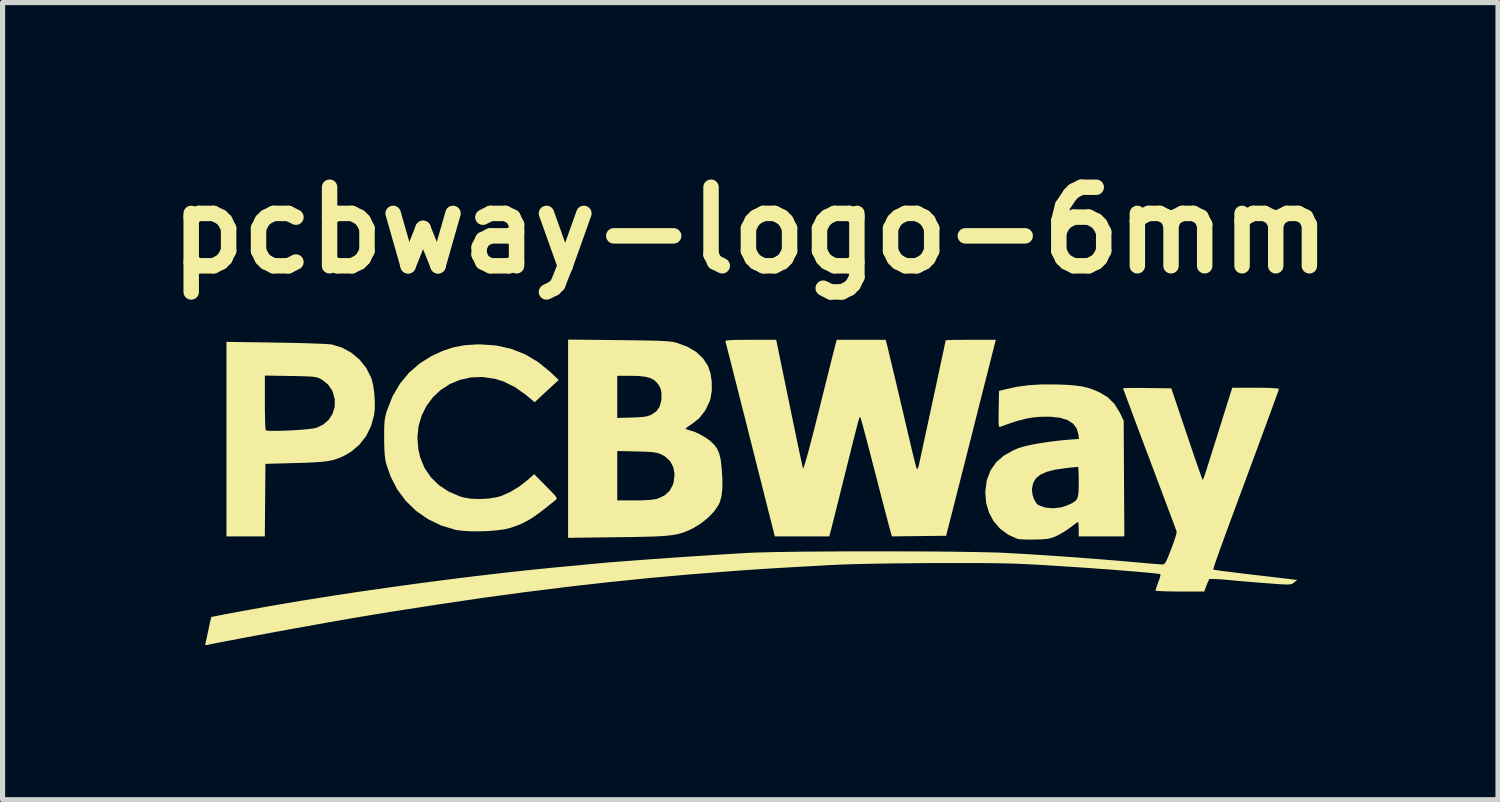
<source format=kicad_pcb>
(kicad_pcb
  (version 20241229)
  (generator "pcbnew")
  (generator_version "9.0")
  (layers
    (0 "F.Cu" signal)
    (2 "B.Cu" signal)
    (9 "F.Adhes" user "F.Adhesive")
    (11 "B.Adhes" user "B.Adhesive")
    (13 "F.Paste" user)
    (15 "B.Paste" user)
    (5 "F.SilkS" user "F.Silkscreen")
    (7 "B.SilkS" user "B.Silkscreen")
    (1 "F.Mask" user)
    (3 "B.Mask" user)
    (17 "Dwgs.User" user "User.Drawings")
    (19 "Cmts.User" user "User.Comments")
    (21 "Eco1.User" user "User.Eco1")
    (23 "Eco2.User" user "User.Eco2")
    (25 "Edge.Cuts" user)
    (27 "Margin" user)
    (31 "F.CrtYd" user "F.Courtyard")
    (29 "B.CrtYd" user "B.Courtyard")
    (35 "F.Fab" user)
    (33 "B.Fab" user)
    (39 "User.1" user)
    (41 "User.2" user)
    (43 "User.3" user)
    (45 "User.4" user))
  (footprint "pcbway-logo-6mm"
    (layer "F.Cu")
    (at 11.51 6.498)
    (property "Reference" "pcbway-logo-6mm" (at 0 -5.08 0) (layer "F.SilkS") (effects (font (size 1.524 1.524) (thickness 0.3))))
    (attr board_only exclude_from_pos_files exclude_from_bom)
    (fp_poly (pts (xy -9.205 -2.9) (xy -8.993 -2.896) (xy -8.791 -2.892) (xy -8.605 -2.887) (xy -8.441 -2.881) (xy -8.304 -2.876) (xy -8.2 -2.87) (xy -8.135 -2.865) (xy -8.123 -2.863) (xy -7.923 -2.803) (xy -7.741 -2.703) (xy -7.582 -2.569) (xy -7.452 -2.406) (xy -7.357 -2.218) (xy -7.348 -2.192) (xy -7.317 -2.067) (xy -7.296 -1.915) (xy -7.286 -1.752) (xy -7.289 -1.595) (xy -7.301 -1.492) (xy -7.358 -1.282) (xy -7.453 -1.09) (xy -7.583 -0.922) (xy -7.743 -0.785) (xy -7.872 -0.709) (xy -7.952 -0.671) (xy -8.029 -0.642) (xy -8.11 -0.618) (xy -8.201 -0.6) (xy -8.309 -0.587) (xy -8.442 -0.577) (xy -8.606 -0.569) (xy -8.808 -0.563) (xy -8.85 -0.562) (xy -9.409 -0.547) (xy -9.415 0.157) (xy -9.421 0.861) (xy -10.165 0.861) (xy -10.165 -2.26) (xy -9.42 -2.26) (xy -9.42 -1.739) (xy -9.42 -1.587) (xy -9.417 -1.451) (xy -9.414 -1.338) (xy -9.41 -1.254) (xy -9.405 -1.207) (xy -9.403 -1.199) (xy -9.372 -1.191) (xy -9.303 -1.187) (xy -9.206 -1.187) (xy -9.087 -1.189) (xy -8.957 -1.194) (xy -8.824 -1.201) (xy -8.695 -1.21) (xy -8.581 -1.221) (xy -8.489 -1.232) (xy -8.428 -1.244) (xy -8.426 -1.244) (xy -8.289 -1.308) (xy -8.181 -1.402) (xy -8.106 -1.52) (xy -8.065 -1.655) (xy -8.064 -1.798) (xy -8.103 -1.944) (xy -8.119 -1.977) (xy -8.194 -2.086) (xy -8.303 -2.174) (xy -8.35 -2.201) (xy -8.383 -2.216) (xy -8.424 -2.227) (xy -8.48 -2.236) (xy -8.557 -2.242) (xy -8.662 -2.246) (xy -8.802 -2.25) (xy -8.926 -2.252) (xy -9.42 -2.26) (xy -10.165 -2.26) (xy -10.165 -2.914)) (stroke (width 0) (type solid)) (fill yes) (layer "F.SilkS"))
    (fp_poly (pts (xy -4.926 -2.843) (xy -4.637 -2.778) (xy -4.366 -2.67) (xy -4.114 -2.52) (xy -3.891 -2.338) (xy -3.718 -2.175) (xy -3.952 -1.959) (xy -4.185 -1.743) (xy -4.348 -1.88) (xy -4.562 -2.033) (xy -4.786 -2.144) (xy -4.956 -2.197) (xy -5.193 -2.232) (xy -5.421 -2.224) (xy -5.634 -2.177) (xy -5.83 -2.095) (xy -6.006 -1.982) (xy -6.158 -1.84) (xy -6.283 -1.673) (xy -6.377 -1.485) (xy -6.437 -1.28) (xy -6.46 -1.06) (xy -6.442 -0.83) (xy -6.405 -0.67) (xy -6.322 -0.468) (xy -6.201 -0.289) (xy -6.044 -0.135) (xy -5.857 -0.01) (xy -5.643 0.082) (xy -5.554 0.108) (xy -5.416 0.13) (xy -5.253 0.136) (xy -5.083 0.127) (xy -4.927 0.102) (xy -4.835 0.077) (xy -4.657 -0.001) (xy -4.476 -0.112) (xy -4.317 -0.237) (xy -4.194 -0.346) (xy -3.964 -0.114) (xy -3.873 -0.022) (xy -3.811 0.043) (xy -3.774 0.086) (xy -3.758 0.115) (xy -3.759 0.134) (xy -3.773 0.15) (xy -3.782 0.158) (xy -3.946 0.29) (xy -4.083 0.396) (xy -4.2 0.48) (xy -4.305 0.546) (xy -4.405 0.599) (xy -4.507 0.643) (xy -4.62 0.684) (xy -4.664 0.698) (xy -4.773 0.724) (xy -4.916 0.743) (xy -5.081 0.757) (xy -5.254 0.763) (xy -5.424 0.762) (xy -5.578 0.753) (xy -5.704 0.737) (xy -5.722 0.733) (xy -6.003 0.648) (xy -6.258 0.524) (xy -6.487 0.365) (xy -6.685 0.173) (xy -6.851 -0.051) (xy -6.981 -0.303) (xy -7.062 -0.536) (xy -7.081 -0.618) (xy -7.093 -0.713) (xy -7.101 -0.831) (xy -7.105 -0.982) (xy -7.105 -1.047) (xy -7.105 -1.192) (xy -7.102 -1.303) (xy -7.095 -1.389) (xy -7.084 -1.461) (xy -7.066 -1.531) (xy -7.051 -1.581) (xy -6.942 -1.857) (xy -6.798 -2.103) (xy -6.62 -2.318) (xy -6.409 -2.5) (xy -6.184 -2.64) (xy -5.973 -2.738) (xy -5.769 -2.806) (xy -5.556 -2.847) (xy -5.32 -2.864) (xy -5.234 -2.865)) (stroke (width 0) (type solid)) (fill yes) (layer "F.SilkS"))
    (fp_poly (pts (xy -2.553 -2.948) (xy -2.306 -2.945) (xy -2.1 -2.942) (xy -1.932 -2.939) (xy -1.796 -2.935) (xy -1.689 -2.93) (xy -1.605 -2.925) (xy -1.539 -2.918) (xy -1.487 -2.91) (xy -1.445 -2.901) (xy -1.432 -2.897) (xy -1.22 -2.819) (xy -1.048 -2.717) (xy -0.915 -2.591) (xy -0.821 -2.447) (xy -0.773 -2.306) (xy -0.748 -2.141) (xy -0.747 -1.971) (xy -0.773 -1.811) (xy -0.789 -1.76) (xy -0.874 -1.582) (xy -0.992 -1.432) (xy -1.125 -1.326) (xy -1.191 -1.282) (xy -1.238 -1.248) (xy -1.255 -1.23) (xy -1.236 -1.216) (xy -1.188 -1.202) (xy -1.186 -1.201) (xy -1.083 -1.169) (xy -0.965 -1.114) (xy -0.851 -1.046) (xy -0.772 -0.987) (xy -0.696 -0.913) (xy -0.641 -0.836) (xy -0.602 -0.745) (xy -0.575 -0.629) (xy -0.557 -0.479) (xy -0.554 -0.443) (xy -0.541 -0.233) (xy -0.543 -0.061) (xy -0.559 0.08) (xy -0.591 0.195) (xy -0.622 0.261) (xy -0.705 0.38) (xy -0.821 0.5) (xy -0.959 0.61) (xy -1.105 0.7) (xy -1.122 0.708) (xy -1.197 0.744) (xy -1.268 0.774) (xy -1.338 0.798) (xy -1.413 0.818) (xy -1.499 0.834) (xy -1.6 0.846) (xy -1.721 0.856) (xy -1.867 0.863) (xy -2.043 0.868) (xy -2.254 0.873) (xy -2.506 0.876) (xy -2.576 0.877) (xy -3.536 0.889) (xy -3.536 -0.796) (xy -2.582 -0.796) (xy -2.582 0.163) (xy -2.249 0.163) (xy -2.072 0.16) (xy -1.937 0.152) (xy -1.835 0.137) (xy -1.795 0.127) (xy -1.663 0.066) (xy -1.564 -0.025) (xy -1.5 -0.146) (xy -1.489 -0.185) (xy -1.47 -0.341) (xy -1.493 -0.479) (xy -1.554 -0.596) (xy -1.654 -0.689) (xy -1.71 -0.72) (xy -1.757 -0.742) (xy -1.804 -0.758) (xy -1.859 -0.769) (xy -1.932 -0.777) (xy -2.031 -0.782) (xy -2.165 -0.786) (xy -2.204 -0.787) (xy -2.582 -0.796) (xy -3.536 -0.796) (xy -3.536 -1.438) (xy -2.582 -1.438) (xy -2.297 -1.446) (xy -2.165 -1.451) (xy -2.068 -1.459) (xy -1.998 -1.472) (xy -1.943 -1.49) (xy -1.92 -1.5) (xy -1.822 -1.568) (xy -1.76 -1.655) (xy -1.729 -1.772) (xy -1.726 -1.801) (xy -1.723 -1.914) (xy -1.737 -1.999) (xy -1.773 -2.072) (xy -1.816 -2.126) (xy -1.873 -2.177) (xy -1.947 -2.214) (xy -2.044 -2.238) (xy -2.172 -2.252) (xy -2.338 -2.256) (xy -2.35 -2.256) (xy -2.582 -2.256) (xy -2.582 -1.438) (xy -3.536 -1.438) (xy -3.536 -2.958)) (stroke (width 0) (type solid)) (fill yes) (layer "F.SilkS"))
    (fp_poly (pts (xy 5.947 -2.087) (xy 5.954 -2.087) (xy 6.145 -2.08) (xy 6.301 -2.068) (xy 6.429 -2.05) (xy 6.542 -2.025) (xy 6.648 -1.99) (xy 6.759 -1.943) (xy 6.78 -1.933) (xy 6.939 -1.836) (xy 7.067 -1.709) (xy 7.168 -1.546) (xy 7.173 -1.535) (xy 7.246 -1.384) (xy 7.252 -0.262) (xy 7.259 0.861) (xy 6.373 0.861) (xy 6.373 0.721) (xy 6.371 0.647) (xy 6.366 0.597) (xy 6.36 0.582) (xy 6.336 0.595) (xy 6.286 0.63) (xy 6.221 0.68) (xy 6.214 0.685) (xy 6.122 0.75) (xy 6.017 0.814) (xy 5.943 0.852) (xy 5.876 0.88) (xy 5.815 0.899) (xy 5.746 0.911) (xy 5.656 0.918) (xy 5.534 0.922) (xy 5.524 0.922) (xy 5.409 0.923) (xy 5.307 0.921) (xy 5.228 0.916) (xy 5.187 0.91) (xy 5.002 0.827) (xy 4.847 0.711) (xy 4.722 0.566) (xy 4.631 0.397) (xy 4.576 0.209) (xy 4.56 0.007) (xy 4.565 -0.036) (xy 5.466 -0.036) (xy 5.478 0.059) (xy 5.51 0.15) (xy 5.555 0.223) (xy 5.592 0.255) (xy 5.726 0.302) (xy 5.879 0.316) (xy 6.036 0.297) (xy 6.156 0.257) (xy 6.24 0.218) (xy 6.298 0.181) (xy 6.337 0.139) (xy 6.359 0.081) (xy 6.37 -0.001) (xy 6.373 -0.117) (xy 6.373 -0.19) (xy 6.372 -0.302) (xy 6.37 -0.394) (xy 6.366 -0.459) (xy 6.362 -0.488) (xy 6.361 -0.488) (xy 6.334 -0.486) (xy 6.271 -0.48) (xy 6.183 -0.471) (xy 6.122 -0.464) (xy 5.916 -0.434) (xy 5.752 -0.392) (xy 5.628 -0.336) (xy 5.541 -0.264) (xy 5.489 -0.175) (xy 5.467 -0.066) (xy 5.466 -0.036) (xy 4.565 -0.036) (xy 4.585 -0.203) (xy 4.595 -0.245) (xy 4.663 -0.422) (xy 4.771 -0.576) (xy 4.919 -0.706) (xy 5.108 -0.812) (xy 5.201 -0.851) (xy 5.307 -0.883) (xy 5.448 -0.916) (xy 5.616 -0.947) (xy 5.8 -0.975) (xy 5.991 -0.998) (xy 6.161 -1.014) (xy 6.379 -1.03) (xy 6.366 -1.121) (xy 6.332 -1.237) (xy 6.261 -1.329) (xy 6.154 -1.397) (xy 6.01 -1.441) (xy 5.826 -1.461) (xy 5.624 -1.46) (xy 5.477 -1.446) (xy 5.325 -1.418) (xy 5.158 -1.373) (xy 4.967 -1.308) (xy 4.855 -1.266) (xy 4.839 -1.263) (xy 4.828 -1.272) (xy 4.822 -1.299) (xy 4.818 -1.351) (xy 4.818 -1.435) (xy 4.819 -1.556) (xy 4.82 -1.607) (xy 4.826 -1.962) (xy 4.943 -1.992) (xy 5.172 -2.042) (xy 5.408 -2.074) (xy 5.662 -2.088)) (stroke (width 0) (type solid)) (fill yes) (layer "F.SilkS"))
    (fp_poly (pts (xy 0.755 -1.727) (xy 0.803 -1.494) (xy 0.849 -1.273) (xy 0.891 -1.07) (xy 0.929 -0.888) (xy 0.962 -0.733) (xy 0.989 -0.607) (xy 1.009 -0.517) (xy 1.021 -0.465) (xy 1.023 -0.456) (xy 1.032 -0.467) (xy 1.051 -0.522) (xy 1.08 -0.619) (xy 1.119 -0.756) (xy 1.166 -0.932) (xy 1.221 -1.145) (xy 1.284 -1.393) (xy 1.335 -1.595) (xy 1.392 -1.825) (xy 1.447 -2.044) (xy 1.497 -2.246) (xy 1.543 -2.428) (xy 1.582 -2.585) (xy 1.614 -2.712) (xy 1.638 -2.804) (xy 1.651 -2.858) (xy 1.653 -2.867) (xy 1.677 -2.954) (xy 2.627 -2.954) (xy 2.65 -2.867) (xy 2.662 -2.82) (xy 2.683 -2.732) (xy 2.713 -2.606) (xy 2.751 -2.446) (xy 2.797 -2.256) (xy 2.848 -2.039) (xy 2.905 -1.799) (xy 2.966 -1.54) (xy 3.03 -1.266) (xy 3.098 -0.979) (xy 3.109 -0.93) (xy 3.142 -0.79) (xy 3.173 -0.664) (xy 3.199 -0.561) (xy 3.219 -0.486) (xy 3.231 -0.448) (xy 3.232 -0.446) (xy 3.245 -0.448) (xy 3.263 -0.49) (xy 3.275 -0.539) (xy 3.306 -0.683) (xy 3.342 -0.849) (xy 3.382 -1.035) (xy 3.425 -1.234) (xy 3.47 -1.443) (xy 3.516 -1.655) (xy 3.561 -1.867) (xy 3.606 -2.073) (xy 3.648 -2.268) (xy 3.686 -2.448) (xy 3.72 -2.607) (xy 3.749 -2.742) (xy 3.771 -2.846) (xy 3.785 -2.914) (xy 3.791 -2.943) (xy 3.791 -2.944) (xy 3.814 -2.947) (xy 3.875 -2.95) (xy 3.97 -2.952) (xy 4.091 -2.953) (xy 4.231 -2.954) (xy 4.278 -2.954) (xy 4.764 -2.954) (xy 4.371 -1.401) (xy 4.303 -1.13) (xy 4.235 -0.862) (xy 4.17 -0.605) (xy 4.108 -0.361) (xy 4.051 -0.137) (xy 4 0.063) (xy 3.957 0.235) (xy 3.922 0.373) (xy 3.896 0.472) (xy 3.889 0.5) (xy 3.8 0.849) (xy 3.274 0.855) (xy 2.748 0.861) (xy 2.713 0.739) (xy 2.7 0.691) (xy 2.677 0.603) (xy 2.645 0.481) (xy 2.605 0.329) (xy 2.559 0.154) (xy 2.509 -0.04) (xy 2.456 -0.248) (xy 2.42 -0.384) (xy 2.366 -0.593) (xy 2.315 -0.79) (xy 2.268 -0.969) (xy 2.227 -1.126) (xy 2.192 -1.255) (xy 2.165 -1.352) (xy 2.148 -1.413) (xy 2.142 -1.43) (xy 2.138 -1.443) (xy 2.134 -1.454) (xy 2.13 -1.459) (xy 2.124 -1.455) (xy 2.117 -1.439) (xy 2.106 -1.407) (xy 2.091 -1.355) (xy 2.072 -1.281) (xy 2.046 -1.181) (xy 2.013 -1.052) (xy 1.972 -0.89) (xy 1.923 -0.691) (xy 1.863 -0.452) (xy 1.826 -0.302) (xy 1.773 -0.092) (xy 1.724 0.107) (xy 1.678 0.29) (xy 1.638 0.451) (xy 1.604 0.585) (xy 1.578 0.688) (xy 1.562 0.753) (xy 1.556 0.773) (xy 1.533 0.861) (xy 0.476 0.861) (xy 0.001 -1.018) (xy -0.071 -1.305) (xy -0.141 -1.58) (xy -0.207 -1.839) (xy -0.267 -2.078) (xy -0.322 -2.294) (xy -0.37 -2.484) (xy -0.411 -2.645) (xy -0.444 -2.772) (xy -0.467 -2.863) (xy -0.481 -2.915) (xy -0.483 -2.925) (xy -0.477 -2.935) (xy -0.447 -2.943) (xy -0.389 -2.948) (xy -0.297 -2.951) (xy -0.169 -2.953) (xy 0.001 -2.954) (xy 0.503 -2.954)) (stroke (width 0) (type solid)) (fill yes) (layer "F.SilkS"))
    (fp_poly (pts (xy 9.95 -2.023) (xy 10.074 -2.02) (xy 10.171 -2.015) (xy 10.234 -2.009) (xy 10.258 -2.003) (xy 10.258 -2.002) (xy 10.256 -1.995) (xy 10.251 -1.978) (xy 10.242 -1.949) (xy 10.227 -1.907) (xy 10.206 -1.849) (xy 10.178 -1.772) (xy 10.143 -1.675) (xy 10.099 -1.555) (xy 10.045 -1.409) (xy 9.982 -1.236) (xy 9.907 -1.034) (xy 9.821 -0.8) (xy 9.721 -0.531) (xy 9.609 -0.227) (xy 9.481 0.117) (xy 9.339 0.501) (xy 9.311 0.577) (xy 9.239 0.772) (xy 9.173 0.954) (xy 9.114 1.117) (xy 9.064 1.257) (xy 9.025 1.37) (xy 8.998 1.451) (xy 8.985 1.495) (xy 8.984 1.502) (xy 8.999 1.507) (xy 9.037 1.514) (xy 9.103 1.524) (xy 9.197 1.537) (xy 9.324 1.553) (xy 9.486 1.573) (xy 9.687 1.597) (xy 9.928 1.625) (xy 10.163 1.653) (xy 10.614 1.706) (xy 10.552 1.755) (xy 10.528 1.773) (xy 10.504 1.785) (xy 10.471 1.792) (xy 10.422 1.795) (xy 10.35 1.793) (xy 10.247 1.787) (xy 10.106 1.777) (xy 10.089 1.775) (xy 9.917 1.762) (xy 9.722 1.746) (xy 9.527 1.73) (xy 9.35 1.714) (xy 9.306 1.709) (xy 9.178 1.698) (xy 9.065 1.691) (xy 8.978 1.687) (xy 8.923 1.688) (xy 8.908 1.691) (xy 8.891 1.722) (xy 8.865 1.781) (xy 8.85 1.82) (xy 8.809 1.931) (xy 8.336 1.931) (xy 8.193 1.93) (xy 8.067 1.927) (xy 7.966 1.923) (xy 7.896 1.919) (xy 7.863 1.913) (xy 7.862 1.912) (xy 7.87 1.882) (xy 7.891 1.822) (xy 7.918 1.749) (xy 7.944 1.675) (xy 7.959 1.62) (xy 7.958 1.595) (xy 7.927 1.588) (xy 7.854 1.579) (xy 7.744 1.568) (xy 7.602 1.555) (xy 7.432 1.54) (xy 7.24 1.525) (xy 7.03 1.508) (xy 6.807 1.492) (xy 6.576 1.475) (xy 6.341 1.459) (xy 6.108 1.444) (xy 5.88 1.429) (xy 5.663 1.416) (xy 5.462 1.405) (xy 5.281 1.396) (xy 5.222 1.393) (xy 5.055 1.388) (xy 4.848 1.383) (xy 4.608 1.38) (xy 4.34 1.378) (xy 4.052 1.378) (xy 3.75 1.378) (xy 3.44 1.379) (xy 3.129 1.382) (xy 2.823 1.385) (xy 2.53 1.389) (xy 2.254 1.394) (xy 2.003 1.4) (xy 1.784 1.407) (xy 1.602 1.415) (xy 1.558 1.417) (xy 1.258 1.434) (xy 0.998 1.448) (xy 0.772 1.461) (xy 0.572 1.473) (xy 0.393 1.484) (xy 0.228 1.494) (xy 0.07 1.505) (xy -0.087 1.515) (xy -0.249 1.527) (xy -0.372 1.536) (xy -1.177 1.599) (xy -1.971 1.67) (xy -2.762 1.751) (xy -3.558 1.841) (xy -4.366 1.942) (xy -5.193 2.054) (xy -6.046 2.18) (xy -6.935 2.318) (xy -7.211 2.363) (xy -7.341 2.384) (xy -7.458 2.404) (xy -7.568 2.422) (xy -7.678 2.441) (xy -7.793 2.46) (xy -7.92 2.483) (xy -8.065 2.508) (xy -8.234 2.538) (xy -8.433 2.574) (xy -8.668 2.616) (xy -8.804 2.64) (xy -8.979 2.672) (xy -9.167 2.706) (xy -9.363 2.743) (xy -9.561 2.779) (xy -9.756 2.816) (xy -9.942 2.851) (xy -10.113 2.883) (xy -10.263 2.912) (xy -10.387 2.936) (xy -10.479 2.955) (xy -10.534 2.966) (xy -10.545 2.969) (xy -10.576 2.97) (xy -10.575 2.94) (xy -10.574 2.939) (xy -10.564 2.898) (xy -10.548 2.825) (xy -10.527 2.729) (xy -10.514 2.665) (xy -10.493 2.567) (xy -10.476 2.489) (xy -10.463 2.439) (xy -10.459 2.427) (xy -10.435 2.42) (xy -10.371 2.407) (xy -10.273 2.388) (xy -10.148 2.364) (xy -10.002 2.337) (xy -9.84 2.307) (xy -9.668 2.276) (xy -9.493 2.244) (xy -9.322 2.213) (xy -9.159 2.185) (xy -9.118 2.178) (xy -8.635 2.097) (xy -8.118 2.015) (xy -7.577 1.933) (xy -7.019 1.853) (xy -6.453 1.775) (xy -5.888 1.701) (xy -5.332 1.632) (xy -4.794 1.569) (xy -4.282 1.513) (xy -3.805 1.465) (xy -3.687 1.454) (xy -3.535 1.44) (xy -3.38 1.426) (xy -3.235 1.412) (xy -3.116 1.4) (xy -3.07 1.396) (xy -2.932 1.383) (xy -2.754 1.367) (xy -2.541 1.35) (xy -2.299 1.332) (xy -2.034 1.312) (xy -1.752 1.292) (xy -1.46 1.271) (xy -1.162 1.251) (xy -0.864 1.232) (xy -0.574 1.213) (xy -0.296 1.196) (xy -0.036 1.181) (xy -0.035 1.181) (xy 0.105 1.175) (xy 0.286 1.17) (xy 0.504 1.165) (xy 0.753 1.161) (xy 1.03 1.157) (xy 1.328 1.155) (xy 1.644 1.153) (xy 1.972 1.151) (xy 2.307 1.151) (xy 2.644 1.151) (xy 2.979 1.152) (xy 3.306 1.153) (xy 3.621 1.155) (xy 3.919 1.158) (xy 4.194 1.162) (xy 4.443 1.166) (xy 4.659 1.171) (xy 4.839 1.176) (xy 4.954 1.182) (xy 5.353 1.204) (xy 5.778 1.231) (xy 6.215 1.261) (xy 6.649 1.294) (xy 7.063 1.327) (xy 7.362 1.353) (xy 7.522 1.367) (xy 7.669 1.38) (xy 7.797 1.391) (xy 7.898 1.399) (xy 7.965 1.404) (xy 7.986 1.405) (xy 8.013 1.404) (xy 8.035 1.394) (xy 8.056 1.368) (xy 8.082 1.32) (xy 8.114 1.243) (xy 8.159 1.13) (xy 8.168 1.107) (xy 8.209 0.995) (xy 8.243 0.896) (xy 8.266 0.82) (xy 8.274 0.775) (xy 8.274 0.77) (xy 8.264 0.742) (xy 8.239 0.674) (xy 8.201 0.571) (xy 8.15 0.436) (xy 8.089 0.272) (xy 8.018 0.083) (xy 7.94 -0.125) (xy 7.855 -0.351) (xy 7.765 -0.59) (xy 7.749 -0.634) (xy 7.658 -0.874) (xy 7.573 -1.101) (xy 7.494 -1.311) (xy 7.423 -1.501) (xy 7.362 -1.666) (xy 7.31 -1.804) (xy 7.271 -1.91) (xy 7.245 -1.98) (xy 7.234 -2.012) (xy 7.234 -2.013) (xy 7.256 -2.016) (xy 7.318 -2.018) (xy 7.412 -2.02) (xy 7.532 -2.02) (xy 7.671 -2.019) (xy 7.702 -2.018) (xy 8.17 -2.012) (xy 8.466 -1.134) (xy 8.531 -0.941) (xy 8.592 -0.762) (xy 8.647 -0.602) (xy 8.694 -0.466) (xy 8.732 -0.358) (xy 8.759 -0.283) (xy 8.773 -0.246) (xy 8.775 -0.242) (xy 8.779 -0.24) (xy 8.785 -0.243) (xy 8.792 -0.258) (xy 8.804 -0.289) (xy 8.822 -0.341) (xy 8.847 -0.418) (xy 8.881 -0.525) (xy 8.926 -0.667) (xy 8.983 -0.848) (xy 8.987 -0.861) (xy 9.04 -1.029) (xy 9.099 -1.217) (xy 9.159 -1.408) (xy 9.213 -1.581) (xy 9.233 -1.646) (xy 9.353 -2.024) (xy 9.805 -2.024)) (stroke (width 0) (type solid)) (fill yes) (layer "F.SilkS")))
  (gr_rect
    (start -3 -3)
    (end 26.02 12.469)
    (stroke (width 0.1) (type default))
    (fill no)
    (layer "Edge.Cuts")))
</source>
